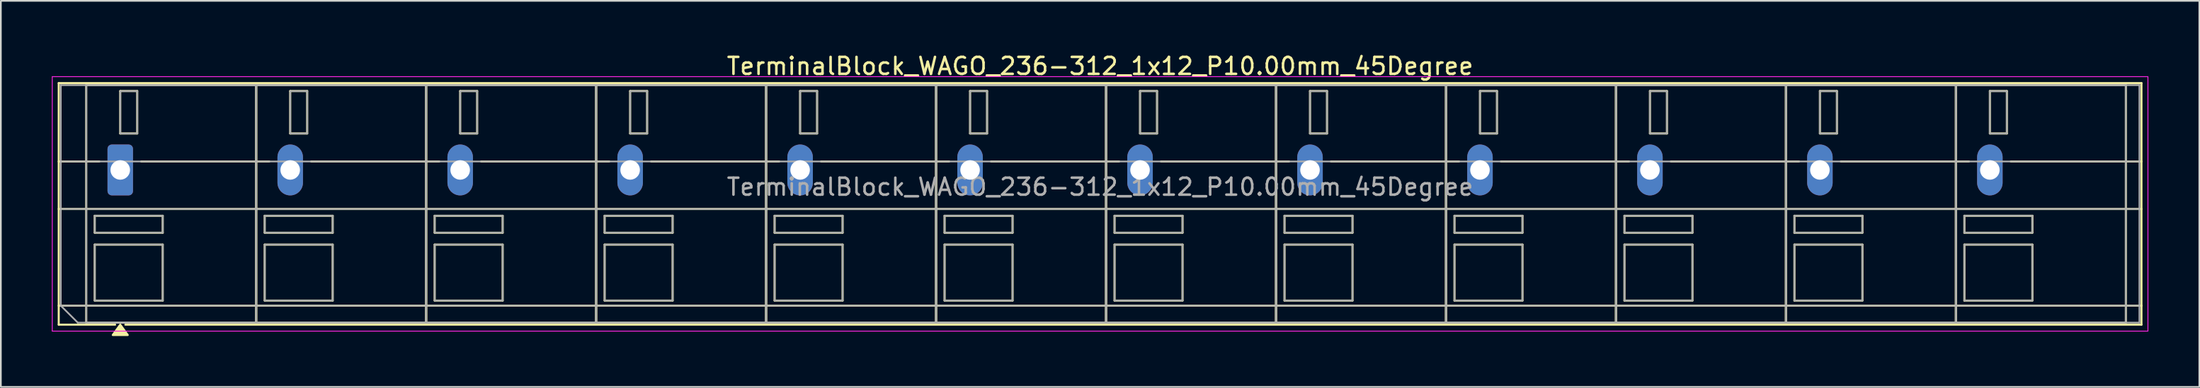
<source format=kicad_pcb>
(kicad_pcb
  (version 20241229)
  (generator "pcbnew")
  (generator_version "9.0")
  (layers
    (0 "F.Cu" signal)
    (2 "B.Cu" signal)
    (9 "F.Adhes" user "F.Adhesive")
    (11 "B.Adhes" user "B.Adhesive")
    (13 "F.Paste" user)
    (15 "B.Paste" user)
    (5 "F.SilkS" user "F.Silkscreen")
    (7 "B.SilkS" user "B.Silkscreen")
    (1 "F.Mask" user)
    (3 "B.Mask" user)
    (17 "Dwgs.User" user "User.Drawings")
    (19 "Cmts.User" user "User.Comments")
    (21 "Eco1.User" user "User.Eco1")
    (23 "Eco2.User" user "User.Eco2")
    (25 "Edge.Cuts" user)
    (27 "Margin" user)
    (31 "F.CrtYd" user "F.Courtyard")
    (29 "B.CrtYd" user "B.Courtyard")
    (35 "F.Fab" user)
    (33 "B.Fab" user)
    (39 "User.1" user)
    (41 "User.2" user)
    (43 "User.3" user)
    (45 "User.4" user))
  (footprint "TerminalBlock_WAGO_236-312_1x12_P10.00mm_45Degree"
    (layer "F.Cu")
    (at 4.025 6.968)
    (property "Reference" "TerminalBlock_WAGO_236-312_1x12_P10.00mm_45Degree" (at 57.65 -6.12 0) (layer "F.SilkS") (effects (font (size 1 1) (thickness 0.15))))
    (attr through_hole)
    (fp_line (start -3.62 -5.12) (end -3.62 9.12) (stroke (width 0.12) (type solid)) (layer "F.SilkS"))
    (fp_line (start -3.62 -5.12) (end 118.92 -5.12) (stroke (width 0.12) (type solid)) (layer "F.SilkS"))
    (fp_line (start -3.62 -0.5) (end -1.23 -0.5) (stroke (width 0.12) (type solid)) (layer "F.SilkS"))
    (fp_line (start -3.62 2.3) (end 118.92 2.3) (stroke (width 0.12) (type solid)) (layer "F.SilkS"))
    (fp_line (start -3.62 8) (end 118.92 8) (stroke (width 0.12) (type solid)) (layer "F.SilkS"))
    (fp_line (start -3.62 9.12) (end -0.3 9.12) (stroke (width 0.12) (type solid)) (layer "F.SilkS"))
    (fp_line (start -2 -5) (end -2 9) (stroke (width 0.12) (type solid)) (layer "F.SilkS"))
    (fp_line (start -2 -5) (end 8 -5) (stroke (width 0.12) (type solid)) (layer "F.SilkS"))
    (fp_line (start -2 9) (end 8 9) (stroke (width 0.12) (type solid)) (layer "F.SilkS"))
    (fp_line (start -1.5 2.7) (end -1.5 3.7) (stroke (width 0.12) (type solid)) (layer "F.SilkS"))
    (fp_line (start -1.5 2.7) (end 2.5 2.7) (stroke (width 0.12) (type solid)) (layer "F.SilkS"))
    (fp_line (start -1.5 3.7) (end 2.5 3.7) (stroke (width 0.12) (type solid)) (layer "F.SilkS"))
    (fp_line (start -1.5 4.4) (end -1.5 7.7) (stroke (width 0.12) (type solid)) (layer "F.SilkS"))
    (fp_line (start -1.5 4.4) (end 2.5 4.4) (stroke (width 0.12) (type solid)) (layer "F.SilkS"))
    (fp_line (start -1.5 7.7) (end 2.5 7.7) (stroke (width 0.12) (type solid)) (layer "F.SilkS"))
    (fp_line (start 0 -4.65) (end 0 -2.15) (stroke (width 0.12) (type solid)) (layer "F.SilkS"))
    (fp_line (start 0 -4.65) (end 1 -4.65) (stroke (width 0.12) (type solid)) (layer "F.SilkS"))
    (fp_line (start 0 -2.15) (end 1 -2.15) (stroke (width 0.12) (type solid)) (layer "F.SilkS"))
    (fp_line (start 0.3 9.12) (end 118.92 9.12) (stroke (width 0.12) (type solid)) (layer "F.SilkS"))
    (fp_line (start 1 -4.65) (end 1 -2.15) (stroke (width 0.12) (type solid)) (layer "F.SilkS"))
    (fp_line (start 1.23 -0.5) (end 8.77 -0.5) (stroke (width 0.12) (type solid)) (layer "F.SilkS"))
    (fp_line (start 2.5 2.7) (end 2.5 3.7) (stroke (width 0.12) (type solid)) (layer "F.SilkS"))
    (fp_line (start 2.5 4.4) (end 2.5 7.7) (stroke (width 0.12) (type solid)) (layer "F.SilkS"))
    (fp_line (start 8 -5) (end 8 9) (stroke (width 0.12) (type solid)) (layer "F.SilkS"))
    (fp_line (start 8 -5) (end 8 9) (stroke (width 0.12) (type solid)) (layer "F.SilkS"))
    (fp_line (start 8 -5) (end 18 -5) (stroke (width 0.12) (type solid)) (layer "F.SilkS"))
    (fp_line (start 8 9) (end 18 9) (stroke (width 0.12) (type solid)) (layer "F.SilkS"))
    (fp_line (start 8.5 2.7) (end 8.5 3.7) (stroke (width 0.12) (type solid)) (layer "F.SilkS"))
    (fp_line (start 8.5 2.7) (end 12.5 2.7) (stroke (width 0.12) (type solid)) (layer "F.SilkS"))
    (fp_line (start 8.5 3.7) (end 12.5 3.7) (stroke (width 0.12) (type solid)) (layer "F.SilkS"))
    (fp_line (start 8.5 4.4) (end 8.5 7.7) (stroke (width 0.12) (type solid)) (layer "F.SilkS"))
    (fp_line (start 8.5 4.4) (end 12.5 4.4) (stroke (width 0.12) (type solid)) (layer "F.SilkS"))
    (fp_line (start 8.5 7.7) (end 12.5 7.7) (stroke (width 0.12) (type solid)) (layer "F.SilkS"))
    (fp_line (start 10 -4.65) (end 10 -2.15) (stroke (width 0.12) (type solid)) (layer "F.SilkS"))
    (fp_line (start 10 -4.65) (end 11 -4.65) (stroke (width 0.12) (type solid)) (layer "F.SilkS"))
    (fp_line (start 10 -2.15) (end 11 -2.15) (stroke (width 0.12) (type solid)) (layer "F.SilkS"))
    (fp_line (start 11 -4.65) (end 11 -2.15) (stroke (width 0.12) (type solid)) (layer "F.SilkS"))
    (fp_line (start 11.23 -0.5) (end 18.77 -0.5) (stroke (width 0.12) (type solid)) (layer "F.SilkS"))
    (fp_line (start 12.5 2.7) (end 12.5 3.7) (stroke (width 0.12) (type solid)) (layer "F.SilkS"))
    (fp_line (start 12.5 4.4) (end 12.5 7.7) (stroke (width 0.12) (type solid)) (layer "F.SilkS"))
    (fp_line (start 18 -5) (end 18 9) (stroke (width 0.12) (type solid)) (layer "F.SilkS"))
    (fp_line (start 18 -5) (end 18 9) (stroke (width 0.12) (type solid)) (layer "F.SilkS"))
    (fp_line (start 18 -5) (end 28 -5) (stroke (width 0.12) (type solid)) (layer "F.SilkS"))
    (fp_line (start 18 9) (end 28 9) (stroke (width 0.12) (type solid)) (layer "F.SilkS"))
    (fp_line (start 18.5 2.7) (end 18.5 3.7) (stroke (width 0.12) (type solid)) (layer "F.SilkS"))
    (fp_line (start 18.5 2.7) (end 22.5 2.7) (stroke (width 0.12) (type solid)) (layer "F.SilkS"))
    (fp_line (start 18.5 3.7) (end 22.5 3.7) (stroke (width 0.12) (type solid)) (layer "F.SilkS"))
    (fp_line (start 18.5 4.4) (end 18.5 7.7) (stroke (width 0.12) (type solid)) (layer "F.SilkS"))
    (fp_line (start 18.5 4.4) (end 22.5 4.4) (stroke (width 0.12) (type solid)) (layer "F.SilkS"))
    (fp_line (start 18.5 7.7) (end 22.5 7.7) (stroke (width 0.12) (type solid)) (layer "F.SilkS"))
    (fp_line (start 20 -4.65) (end 20 -2.15) (stroke (width 0.12) (type solid)) (layer "F.SilkS"))
    (fp_line (start 20 -4.65) (end 21 -4.65) (stroke (width 0.12) (type solid)) (layer "F.SilkS"))
    (fp_line (start 20 -2.15) (end 21 -2.15) (stroke (width 0.12) (type solid)) (layer "F.SilkS"))
    (fp_line (start 21 -4.65) (end 21 -2.15) (stroke (width 0.12) (type solid)) (layer "F.SilkS"))
    (fp_line (start 21.23 -0.5) (end 28.77 -0.5) (stroke (width 0.12) (type solid)) (layer "F.SilkS"))
    (fp_line (start 22.5 2.7) (end 22.5 3.7) (stroke (width 0.12) (type solid)) (layer "F.SilkS"))
    (fp_line (start 22.5 4.4) (end 22.5 7.7) (stroke (width 0.12) (type solid)) (layer "F.SilkS"))
    (fp_line (start 28 -5) (end 28 9) (stroke (width 0.12) (type solid)) (layer "F.SilkS"))
    (fp_line (start 28 -5) (end 28 9) (stroke (width 0.12) (type solid)) (layer "F.SilkS"))
    (fp_line (start 28 -5) (end 38 -5) (stroke (width 0.12) (type solid)) (layer "F.SilkS"))
    (fp_line (start 28 9) (end 38 9) (stroke (width 0.12) (type solid)) (layer "F.SilkS"))
    (fp_line (start 28.5 2.7) (end 28.5 3.7) (stroke (width 0.12) (type solid)) (layer "F.SilkS"))
    (fp_line (start 28.5 2.7) (end 32.5 2.7) (stroke (width 0.12) (type solid)) (layer "F.SilkS"))
    (fp_line (start 28.5 3.7) (end 32.5 3.7) (stroke (width 0.12) (type solid)) (layer "F.SilkS"))
    (fp_line (start 28.5 4.4) (end 28.5 7.7) (stroke (width 0.12) (type solid)) (layer "F.SilkS"))
    (fp_line (start 28.5 4.4) (end 32.5 4.4) (stroke (width 0.12) (type solid)) (layer "F.SilkS"))
    (fp_line (start 28.5 7.7) (end 32.5 7.7) (stroke (width 0.12) (type solid)) (layer "F.SilkS"))
    (fp_line (start 30 -4.65) (end 30 -2.15) (stroke (width 0.12) (type solid)) (layer "F.SilkS"))
    (fp_line (start 30 -4.65) (end 31 -4.65) (stroke (width 0.12) (type solid)) (layer "F.SilkS"))
    (fp_line (start 30 -2.15) (end 31 -2.15) (stroke (width 0.12) (type solid)) (layer "F.SilkS"))
    (fp_line (start 31 -4.65) (end 31 -2.15) (stroke (width 0.12) (type solid)) (layer "F.SilkS"))
    (fp_line (start 31.23 -0.5) (end 38.77 -0.5) (stroke (width 0.12) (type solid)) (layer "F.SilkS"))
    (fp_line (start 32.5 2.7) (end 32.5 3.7) (stroke (width 0.12) (type solid)) (layer "F.SilkS"))
    (fp_line (start 32.5 4.4) (end 32.5 7.7) (stroke (width 0.12) (type solid)) (layer "F.SilkS"))
    (fp_line (start 38 -5) (end 38 9) (stroke (width 0.12) (type solid)) (layer "F.SilkS"))
    (fp_line (start 38 -5) (end 38 9) (stroke (width 0.12) (type solid)) (layer "F.SilkS"))
    (fp_line (start 38 -5) (end 48 -5) (stroke (width 0.12) (type solid)) (layer "F.SilkS"))
    (fp_line (start 38 9) (end 48 9) (stroke (width 0.12) (type solid)) (layer "F.SilkS"))
    (fp_line (start 38.5 2.7) (end 38.5 3.7) (stroke (width 0.12) (type solid)) (layer "F.SilkS"))
    (fp_line (start 38.5 2.7) (end 42.5 2.7) (stroke (width 0.12) (type solid)) (layer "F.SilkS"))
    (fp_line (start 38.5 3.7) (end 42.5 3.7) (stroke (width 0.12) (type solid)) (layer "F.SilkS"))
    (fp_line (start 38.5 4.4) (end 38.5 7.7) (stroke (width 0.12) (type solid)) (layer "F.SilkS"))
    (fp_line (start 38.5 4.4) (end 42.5 4.4) (stroke (width 0.12) (type solid)) (layer "F.SilkS"))
    (fp_line (start 38.5 7.7) (end 42.5 7.7) (stroke (width 0.12) (type solid)) (layer "F.SilkS"))
    (fp_line (start 40 -4.65) (end 40 -2.15) (stroke (width 0.12) (type solid)) (layer "F.SilkS"))
    (fp_line (start 40 -4.65) (end 41 -4.65) (stroke (width 0.12) (type solid)) (layer "F.SilkS"))
    (fp_line (start 40 -2.15) (end 41 -2.15) (stroke (width 0.12) (type solid)) (layer "F.SilkS"))
    (fp_line (start 41 -4.65) (end 41 -2.15) (stroke (width 0.12) (type solid)) (layer "F.SilkS"))
    (fp_line (start 41.23 -0.5) (end 48.77 -0.5) (stroke (width 0.12) (type solid)) (layer "F.SilkS"))
    (fp_line (start 42.5 2.7) (end 42.5 3.7) (stroke (width 0.12) (type solid)) (layer "F.SilkS"))
    (fp_line (start 42.5 4.4) (end 42.5 7.7) (stroke (width 0.12) (type solid)) (layer "F.SilkS"))
    (fp_line (start 48 -5) (end 48 9) (stroke (width 0.12) (type solid)) (layer "F.SilkS"))
    (fp_line (start 48 -5) (end 48 9) (stroke (width 0.12) (type solid)) (layer "F.SilkS"))
    (fp_line (start 48 -5) (end 58 -5) (stroke (width 0.12) (type solid)) (layer "F.SilkS"))
    (fp_line (start 48 9) (end 58 9) (stroke (width 0.12) (type solid)) (layer "F.SilkS"))
    (fp_line (start 48.5 2.7) (end 48.5 3.7) (stroke (width 0.12) (type solid)) (layer "F.SilkS"))
    (fp_line (start 48.5 2.7) (end 52.5 2.7) (stroke (width 0.12) (type solid)) (layer "F.SilkS"))
    (fp_line (start 48.5 3.7) (end 52.5 3.7) (stroke (width 0.12) (type solid)) (layer "F.SilkS"))
    (fp_line (start 48.5 4.4) (end 48.5 7.7) (stroke (width 0.12) (type solid)) (layer "F.SilkS"))
    (fp_line (start 48.5 4.4) (end 52.5 4.4) (stroke (width 0.12) (type solid)) (layer "F.SilkS"))
    (fp_line (start 48.5 7.7) (end 52.5 7.7) (stroke (width 0.12) (type solid)) (layer "F.SilkS"))
    (fp_line (start 50 -4.65) (end 50 -2.15) (stroke (width 0.12) (type solid)) (layer "F.SilkS"))
    (fp_line (start 50 -4.65) (end 51 -4.65) (stroke (width 0.12) (type solid)) (layer "F.SilkS"))
    (fp_line (start 50 -2.15) (end 51 -2.15) (stroke (width 0.12) (type solid)) (layer "F.SilkS"))
    (fp_line (start 51 -4.65) (end 51 -2.15) (stroke (width 0.12) (type solid)) (layer "F.SilkS"))
    (fp_line (start 51.23 -0.5) (end 58.77 -0.5) (stroke (width 0.12) (type solid)) (layer "F.SilkS"))
    (fp_line (start 52.5 2.7) (end 52.5 3.7) (stroke (width 0.12) (type solid)) (layer "F.SilkS"))
    (fp_line (start 52.5 4.4) (end 52.5 7.7) (stroke (width 0.12) (type solid)) (layer "F.SilkS"))
    (fp_line (start 58 -5) (end 58 9) (stroke (width 0.12) (type solid)) (layer "F.SilkS"))
    (fp_line (start 58 -5) (end 58 9) (stroke (width 0.12) (type solid)) (layer "F.SilkS"))
    (fp_line (start 58 -5) (end 68 -5) (stroke (width 0.12) (type solid)) (layer "F.SilkS"))
    (fp_line (start 58 9) (end 68 9) (stroke (width 0.12) (type solid)) (layer "F.SilkS"))
    (fp_line (start 58.5 2.7) (end 58.5 3.7) (stroke (width 0.12) (type solid)) (layer "F.SilkS"))
    (fp_line (start 58.5 2.7) (end 62.5 2.7) (stroke (width 0.12) (type solid)) (layer "F.SilkS"))
    (fp_line (start 58.5 3.7) (end 62.5 3.7) (stroke (width 0.12) (type solid)) (layer "F.SilkS"))
    (fp_line (start 58.5 4.4) (end 58.5 7.7) (stroke (width 0.12) (type solid)) (layer "F.SilkS"))
    (fp_line (start 58.5 4.4) (end 62.5 4.4) (stroke (width 0.12) (type solid)) (layer "F.SilkS"))
    (fp_line (start 58.5 7.7) (end 62.5 7.7) (stroke (width 0.12) (type solid)) (layer "F.SilkS"))
    (fp_line (start 60 -4.65) (end 60 -2.15) (stroke (width 0.12) (type solid)) (layer "F.SilkS"))
    (fp_line (start 60 -4.65) (end 61 -4.65) (stroke (width 0.12) (type solid)) (layer "F.SilkS"))
    (fp_line (start 60 -2.15) (end 61 -2.15) (stroke (width 0.12) (type solid)) (layer "F.SilkS"))
    (fp_line (start 61 -4.65) (end 61 -2.15) (stroke (width 0.12) (type solid)) (layer "F.SilkS"))
    (fp_line (start 61.23 -0.5) (end 68.77 -0.5) (stroke (width 0.12) (type solid)) (layer "F.SilkS"))
    (fp_line (start 62.5 2.7) (end 62.5 3.7) (stroke (width 0.12) (type solid)) (layer "F.SilkS"))
    (fp_line (start 62.5 4.4) (end 62.5 7.7) (stroke (width 0.12) (type solid)) (layer "F.SilkS"))
    (fp_line (start 68 -5) (end 68 9) (stroke (width 0.12) (type solid)) (layer "F.SilkS"))
    (fp_line (start 68 -5) (end 68 9) (stroke (width 0.12) (type solid)) (layer "F.SilkS"))
    (fp_line (start 68 -5) (end 78 -5) (stroke (width 0.12) (type solid)) (layer "F.SilkS"))
    (fp_line (start 68 9) (end 78 9) (stroke (width 0.12) (type solid)) (layer "F.SilkS"))
    (fp_line (start 68.5 2.7) (end 68.5 3.7) (stroke (width 0.12) (type solid)) (layer "F.SilkS"))
    (fp_line (start 68.5 2.7) (end 72.5 2.7) (stroke (width 0.12) (type solid)) (layer "F.SilkS"))
    (fp_line (start 68.5 3.7) (end 72.5 3.7) (stroke (width 0.12) (type solid)) (layer "F.SilkS"))
    (fp_line (start 68.5 4.4) (end 68.5 7.7) (stroke (width 0.12) (type solid)) (layer "F.SilkS"))
    (fp_line (start 68.5 4.4) (end 72.5 4.4) (stroke (width 0.12) (type solid)) (layer "F.SilkS"))
    (fp_line (start 68.5 7.7) (end 72.5 7.7) (stroke (width 0.12) (type solid)) (layer "F.SilkS"))
    (fp_line (start 70 -4.65) (end 70 -2.15) (stroke (width 0.12) (type solid)) (layer "F.SilkS"))
    (fp_line (start 70 -4.65) (end 71 -4.65) (stroke (width 0.12) (type solid)) (layer "F.SilkS"))
    (fp_line (start 70 -2.15) (end 71 -2.15) (stroke (width 0.12) (type solid)) (layer "F.SilkS"))
    (fp_line (start 71 -4.65) (end 71 -2.15) (stroke (width 0.12) (type solid)) (layer "F.SilkS"))
    (fp_line (start 71.23 -0.5) (end 78.77 -0.5) (stroke (width 0.12) (type solid)) (layer "F.SilkS"))
    (fp_line (start 72.5 2.7) (end 72.5 3.7) (stroke (width 0.12) (type solid)) (layer "F.SilkS"))
    (fp_line (start 72.5 4.4) (end 72.5 7.7) (stroke (width 0.12) (type solid)) (layer "F.SilkS"))
    (fp_line (start 78 -5) (end 78 9) (stroke (width 0.12) (type solid)) (layer "F.SilkS"))
    (fp_line (start 78 -5) (end 78 9) (stroke (width 0.12) (type solid)) (layer "F.SilkS"))
    (fp_line (start 78 -5) (end 88 -5) (stroke (width 0.12) (type solid)) (layer "F.SilkS"))
    (fp_line (start 78 9) (end 88 9) (stroke (width 0.12) (type solid)) (layer "F.SilkS"))
    (fp_line (start 78.5 2.7) (end 78.5 3.7) (stroke (width 0.12) (type solid)) (layer "F.SilkS"))
    (fp_line (start 78.5 2.7) (end 82.5 2.7) (stroke (width 0.12) (type solid)) (layer "F.SilkS"))
    (fp_line (start 78.5 3.7) (end 82.5 3.7) (stroke (width 0.12) (type solid)) (layer "F.SilkS"))
    (fp_line (start 78.5 4.4) (end 78.5 7.7) (stroke (width 0.12) (type solid)) (layer "F.SilkS"))
    (fp_line (start 78.5 4.4) (end 82.5 4.4) (stroke (width 0.12) (type solid)) (layer "F.SilkS"))
    (fp_line (start 78.5 7.7) (end 82.5 7.7) (stroke (width 0.12) (type solid)) (layer "F.SilkS"))
    (fp_line (start 80 -4.65) (end 80 -2.15) (stroke (width 0.12) (type solid)) (layer "F.SilkS"))
    (fp_line (start 80 -4.65) (end 81 -4.65) (stroke (width 0.12) (type solid)) (layer "F.SilkS"))
    (fp_line (start 80 -2.15) (end 81 -2.15) (stroke (width 0.12) (type solid)) (layer "F.SilkS"))
    (fp_line (start 81 -4.65) (end 81 -2.15) (stroke (width 0.12) (type solid)) (layer "F.SilkS"))
    (fp_line (start 81.23 -0.5) (end 88.77 -0.5) (stroke (width 0.12) (type solid)) (layer "F.SilkS"))
    (fp_line (start 82.5 2.7) (end 82.5 3.7) (stroke (width 0.12) (type solid)) (layer "F.SilkS"))
    (fp_line (start 82.5 4.4) (end 82.5 7.7) (stroke (width 0.12) (type solid)) (layer "F.SilkS"))
    (fp_line (start 88 -5) (end 88 9) (stroke (width 0.12) (type solid)) (layer "F.SilkS"))
    (fp_line (start 88 -5) (end 88 9) (stroke (width 0.12) (type solid)) (layer "F.SilkS"))
    (fp_line (start 88 -5) (end 98 -5) (stroke (width 0.12) (type solid)) (layer "F.SilkS"))
    (fp_line (start 88 9) (end 98 9) (stroke (width 0.12) (type solid)) (layer "F.SilkS"))
    (fp_line (start 88.5 2.7) (end 88.5 3.7) (stroke (width 0.12) (type solid)) (layer "F.SilkS"))
    (fp_line (start 88.5 2.7) (end 92.5 2.7) (stroke (width 0.12) (type solid)) (layer "F.SilkS"))
    (fp_line (start 88.5 3.7) (end 92.5 3.7) (stroke (width 0.12) (type solid)) (layer "F.SilkS"))
    (fp_line (start 88.5 4.4) (end 88.5 7.7) (stroke (width 0.12) (type solid)) (layer "F.SilkS"))
    (fp_line (start 88.5 4.4) (end 92.5 4.4) (stroke (width 0.12) (type solid)) (layer "F.SilkS"))
    (fp_line (start 88.5 7.7) (end 92.5 7.7) (stroke (width 0.12) (type solid)) (layer "F.SilkS"))
    (fp_line (start 90 -4.65) (end 90 -2.15) (stroke (width 0.12) (type solid)) (layer "F.SilkS"))
    (fp_line (start 90 -4.65) (end 91 -4.65) (stroke (width 0.12) (type solid)) (layer "F.SilkS"))
    (fp_line (start 90 -2.15) (end 91 -2.15) (stroke (width 0.12) (type solid)) (layer "F.SilkS"))
    (fp_line (start 91 -4.65) (end 91 -2.15) (stroke (width 0.12) (type solid)) (layer "F.SilkS"))
    (fp_line (start 91.23 -0.5) (end 98.77 -0.5) (stroke (width 0.12) (type solid)) (layer "F.SilkS"))
    (fp_line (start 92.5 2.7) (end 92.5 3.7) (stroke (width 0.12) (type solid)) (layer "F.SilkS"))
    (fp_line (start 92.5 4.4) (end 92.5 7.7) (stroke (width 0.12) (type solid)) (layer "F.SilkS"))
    (fp_line (start 98 -5) (end 98 9) (stroke (width 0.12) (type solid)) (layer "F.SilkS"))
    (fp_line (start 98 -5) (end 98 9) (stroke (width 0.12) (type solid)) (layer "F.SilkS"))
    (fp_line (start 98 -5) (end 108 -5) (stroke (width 0.12) (type solid)) (layer "F.SilkS"))
    (fp_line (start 98 9) (end 108 9) (stroke (width 0.12) (type solid)) (layer "F.SilkS"))
    (fp_line (start 98.5 2.7) (end 98.5 3.7) (stroke (width 0.12) (type solid)) (layer "F.SilkS"))
    (fp_line (start 98.5 2.7) (end 102.5 2.7) (stroke (width 0.12) (type solid)) (layer "F.SilkS"))
    (fp_line (start 98.5 3.7) (end 102.5 3.7) (stroke (width 0.12) (type solid)) (layer "F.SilkS"))
    (fp_line (start 98.5 4.4) (end 98.5 7.7) (stroke (width 0.12) (type solid)) (layer "F.SilkS"))
    (fp_line (start 98.5 4.4) (end 102.5 4.4) (stroke (width 0.12) (type solid)) (layer "F.SilkS"))
    (fp_line (start 98.5 7.7) (end 102.5 7.7) (stroke (width 0.12) (type solid)) (layer "F.SilkS"))
    (fp_line (start 100 -4.65) (end 100 -2.15) (stroke (width 0.12) (type solid)) (layer "F.SilkS"))
    (fp_line (start 100 -4.65) (end 101 -4.65) (stroke (width 0.12) (type solid)) (layer "F.SilkS"))
    (fp_line (start 100 -2.15) (end 101 -2.15) (stroke (width 0.12) (type solid)) (layer "F.SilkS"))
    (fp_line (start 101 -4.65) (end 101 -2.15) (stroke (width 0.12) (type solid)) (layer "F.SilkS"))
    (fp_line (start 101.23 -0.5) (end 108.77 -0.5) (stroke (width 0.12) (type solid)) (layer "F.SilkS"))
    (fp_line (start 102.5 2.7) (end 102.5 3.7) (stroke (width 0.12) (type solid)) (layer "F.SilkS"))
    (fp_line (start 102.5 4.4) (end 102.5 7.7) (stroke (width 0.12) (type solid)) (layer "F.SilkS"))
    (fp_line (start 108 -5) (end 108 9) (stroke (width 0.12) (type solid)) (layer "F.SilkS"))
    (fp_line (start 108 -5) (end 108 9) (stroke (width 0.12) (type solid)) (layer "F.SilkS"))
    (fp_line (start 108 -5) (end 118 -5) (stroke (width 0.12) (type solid)) (layer "F.SilkS"))
    (fp_line (start 108 9) (end 118 9) (stroke (width 0.12) (type solid)) (layer "F.SilkS"))
    (fp_line (start 108.5 2.7) (end 108.5 3.7) (stroke (width 0.12) (type solid)) (layer "F.SilkS"))
    (fp_line (start 108.5 2.7) (end 112.5 2.7) (stroke (width 0.12) (type solid)) (layer "F.SilkS"))
    (fp_line (start 108.5 3.7) (end 112.5 3.7) (stroke (width 0.12) (type solid)) (layer "F.SilkS"))
    (fp_line (start 108.5 4.4) (end 108.5 7.7) (stroke (width 0.12) (type solid)) (layer "F.SilkS"))
    (fp_line (start 108.5 4.4) (end 112.5 4.4) (stroke (width 0.12) (type solid)) (layer "F.SilkS"))
    (fp_line (start 108.5 7.7) (end 112.5 7.7) (stroke (width 0.12) (type solid)) (layer "F.SilkS"))
    (fp_line (start 110 -4.65) (end 110 -2.15) (stroke (width 0.12) (type solid)) (layer "F.SilkS"))
    (fp_line (start 110 -4.65) (end 111 -4.65) (stroke (width 0.12) (type solid)) (layer "F.SilkS"))
    (fp_line (start 110 -2.15) (end 111 -2.15) (stroke (width 0.12) (type solid)) (layer "F.SilkS"))
    (fp_line (start 111 -4.65) (end 111 -2.15) (stroke (width 0.12) (type solid)) (layer "F.SilkS"))
    (fp_line (start 111.23 -0.5) (end 118.92 -0.5) (stroke (width 0.12) (type solid)) (layer "F.SilkS"))
    (fp_line (start 112.5 2.7) (end 112.5 3.7) (stroke (width 0.12) (type solid)) (layer "F.SilkS"))
    (fp_line (start 112.5 4.4) (end 112.5 7.7) (stroke (width 0.12) (type solid)) (layer "F.SilkS"))
    (fp_line (start 118 -5) (end 118 9) (stroke (width 0.12) (type solid)) (layer "F.SilkS"))
    (fp_line (start 118.92 -5.12) (end 118.92 9.12) (stroke (width 0.12) (type solid)) (layer "F.SilkS"))
    (fp_poly (pts (xy 0 9.12) (xy 0.44 9.73) (xy -0.44 9.73)) (stroke (width 0.12) (type solid)) (fill yes) (layer "F.SilkS"))
    (fp_line (start -4 -5.5) (end -4 9.5) (stroke (width 0.05) (type solid)) (layer "F.CrtYd"))
    (fp_line (start -4 9.5) (end 119.3 9.5) (stroke (width 0.05) (type solid)) (layer "F.CrtYd"))
    (fp_line (start 119.3 -5.5) (end -4 -5.5) (stroke (width 0.05) (type solid)) (layer "F.CrtYd"))
    (fp_line (start 119.3 9.5) (end 119.3 -5.5) (stroke (width 0.05) (type solid)) (layer "F.CrtYd"))
    (fp_line (start -3.5 -5) (end 118.8 -5) (stroke (width 0.1) (type solid)) (layer "F.Fab"))
    (fp_line (start -3.5 -0.5) (end 118.8 -0.5) (stroke (width 0.1) (type solid)) (layer "F.Fab"))
    (fp_line (start -3.5 2.3) (end 118.8 2.3) (stroke (width 0.1) (type solid)) (layer "F.Fab"))
    (fp_line (start -3.5 8) (end -3.5 -5) (stroke (width 0.1) (type solid)) (layer "F.Fab"))
    (fp_line (start -3.5 8) (end 118.8 8) (stroke (width 0.1) (type solid)) (layer "F.Fab"))
    (fp_line (start -2.5 9) (end -3.5 8) (stroke (width 0.1) (type solid)) (layer "F.Fab"))
    (fp_line (start -2 -5) (end -2 9) (stroke (width 0.1) (type solid)) (layer "F.Fab"))
    (fp_line (start -2 9) (end 8 9) (stroke (width 0.1) (type solid)) (layer "F.Fab"))
    (fp_line (start -1.5 2.7) (end -1.5 3.7) (stroke (width 0.1) (type solid)) (layer "F.Fab"))
    (fp_line (start -1.5 3.7) (end 2.5 3.7) (stroke (width 0.1) (type solid)) (layer "F.Fab"))
    (fp_line (start -1.5 4.4) (end -1.5 7.7) (stroke (width 0.1) (type solid)) (layer "F.Fab"))
    (fp_line (start -1.5 7.7) (end 2.5 7.7) (stroke (width 0.1) (type solid)) (layer "F.Fab"))
    (fp_line (start 0 -4.65) (end 0 -2.15) (stroke (width 0.1) (type solid)) (layer "F.Fab"))
    (fp_line (start 0 -2.15) (end 1 -2.15) (stroke (width 0.1) (type solid)) (layer "F.Fab"))
    (fp_line (start 1 -4.65) (end 0 -4.65) (stroke (width 0.1) (type solid)) (layer "F.Fab"))
    (fp_line (start 1 -2.15) (end 1 -4.65) (stroke (width 0.1) (type solid)) (layer "F.Fab"))
    (fp_line (start 2.5 2.7) (end -1.5 2.7) (stroke (width 0.1) (type solid)) (layer "F.Fab"))
    (fp_line (start 2.5 3.7) (end 2.5 2.7) (stroke (width 0.1) (type solid)) (layer "F.Fab"))
    (fp_line (start 2.5 4.4) (end -1.5 4.4) (stroke (width 0.1) (type solid)) (layer "F.Fab"))
    (fp_line (start 2.5 7.7) (end 2.5 4.4) (stroke (width 0.1) (type solid)) (layer "F.Fab"))
    (fp_line (start 8 -5) (end -2 -5) (stroke (width 0.1) (type solid)) (layer "F.Fab"))
    (fp_line (start 8 -5) (end 8 9) (stroke (width 0.1) (type solid)) (layer "F.Fab"))
    (fp_line (start 8 9) (end 8 -5) (stroke (width 0.1) (type solid)) (layer "F.Fab"))
    (fp_line (start 8 9) (end 18 9) (stroke (width 0.1) (type solid)) (layer "F.Fab"))
    (fp_line (start 8.5 2.7) (end 8.5 3.7) (stroke (width 0.1) (type solid)) (layer "F.Fab"))
    (fp_line (start 8.5 3.7) (end 12.5 3.7) (stroke (width 0.1) (type solid)) (layer "F.Fab"))
    (fp_line (start 8.5 4.4) (end 8.5 7.7) (stroke (width 0.1) (type solid)) (layer "F.Fab"))
    (fp_line (start 8.5 7.7) (end 12.5 7.7) (stroke (width 0.1) (type solid)) (layer "F.Fab"))
    (fp_line (start 10 -4.65) (end 10 -2.15) (stroke (width 0.1) (type solid)) (layer "F.Fab"))
    (fp_line (start 10 -2.15) (end 11 -2.15) (stroke (width 0.1) (type solid)) (layer "F.Fab"))
    (fp_line (start 11 -4.65) (end 10 -4.65) (stroke (width 0.1) (type solid)) (layer "F.Fab"))
    (fp_line (start 11 -2.15) (end 11 -4.65) (stroke (width 0.1) (type solid)) (layer "F.Fab"))
    (fp_line (start 12.5 2.7) (end 8.5 2.7) (stroke (width 0.1) (type solid)) (layer "F.Fab"))
    (fp_line (start 12.5 3.7) (end 12.5 2.7) (stroke (width 0.1) (type solid)) (layer "F.Fab"))
    (fp_line (start 12.5 4.4) (end 8.5 4.4) (stroke (width 0.1) (type solid)) (layer "F.Fab"))
    (fp_line (start 12.5 7.7) (end 12.5 4.4) (stroke (width 0.1) (type solid)) (layer "F.Fab"))
    (fp_line (start 18 -5) (end 8 -5) (stroke (width 0.1) (type solid)) (layer "F.Fab"))
    (fp_line (start 18 -5) (end 18 9) (stroke (width 0.1) (type solid)) (layer "F.Fab"))
    (fp_line (start 18 9) (end 18 -5) (stroke (width 0.1) (type solid)) (layer "F.Fab"))
    (fp_line (start 18 9) (end 28 9) (stroke (width 0.1) (type solid)) (layer "F.Fab"))
    (fp_line (start 18.5 2.7) (end 18.5 3.7) (stroke (width 0.1) (type solid)) (layer "F.Fab"))
    (fp_line (start 18.5 3.7) (end 22.5 3.7) (stroke (width 0.1) (type solid)) (layer "F.Fab"))
    (fp_line (start 18.5 4.4) (end 18.5 7.7) (stroke (width 0.1) (type solid)) (layer "F.Fab"))
    (fp_line (start 18.5 7.7) (end 22.5 7.7) (stroke (width 0.1) (type solid)) (layer "F.Fab"))
    (fp_line (start 20 -4.65) (end 20 -2.15) (stroke (width 0.1) (type solid)) (layer "F.Fab"))
    (fp_line (start 20 -2.15) (end 21 -2.15) (stroke (width 0.1) (type solid)) (layer "F.Fab"))
    (fp_line (start 21 -4.65) (end 20 -4.65) (stroke (width 0.1) (type solid)) (layer "F.Fab"))
    (fp_line (start 21 -2.15) (end 21 -4.65) (stroke (width 0.1) (type solid)) (layer "F.Fab"))
    (fp_line (start 22.5 2.7) (end 18.5 2.7) (stroke (width 0.1) (type solid)) (layer "F.Fab"))
    (fp_line (start 22.5 3.7) (end 22.5 2.7) (stroke (width 0.1) (type solid)) (layer "F.Fab"))
    (fp_line (start 22.5 4.4) (end 18.5 4.4) (stroke (width 0.1) (type solid)) (layer "F.Fab"))
    (fp_line (start 22.5 7.7) (end 22.5 4.4) (stroke (width 0.1) (type solid)) (layer "F.Fab"))
    (fp_line (start 28 -5) (end 18 -5) (stroke (width 0.1) (type solid)) (layer "F.Fab"))
    (fp_line (start 28 -5) (end 28 9) (stroke (width 0.1) (type solid)) (layer "F.Fab"))
    (fp_line (start 28 9) (end 28 -5) (stroke (width 0.1) (type solid)) (layer "F.Fab"))
    (fp_line (start 28 9) (end 38 9) (stroke (width 0.1) (type solid)) (layer "F.Fab"))
    (fp_line (start 28.5 2.7) (end 28.5 3.7) (stroke (width 0.1) (type solid)) (layer "F.Fab"))
    (fp_line (start 28.5 3.7) (end 32.5 3.7) (stroke (width 0.1) (type solid)) (layer "F.Fab"))
    (fp_line (start 28.5 4.4) (end 28.5 7.7) (stroke (width 0.1) (type solid)) (layer "F.Fab"))
    (fp_line (start 28.5 7.7) (end 32.5 7.7) (stroke (width 0.1) (type solid)) (layer "F.Fab"))
    (fp_line (start 30 -4.65) (end 30 -2.15) (stroke (width 0.1) (type solid)) (layer "F.Fab"))
    (fp_line (start 30 -2.15) (end 31 -2.15) (stroke (width 0.1) (type solid)) (layer "F.Fab"))
    (fp_line (start 31 -4.65) (end 30 -4.65) (stroke (width 0.1) (type solid)) (layer "F.Fab"))
    (fp_line (start 31 -2.15) (end 31 -4.65) (stroke (width 0.1) (type solid)) (layer "F.Fab"))
    (fp_line (start 32.5 2.7) (end 28.5 2.7) (stroke (width 0.1) (type solid)) (layer "F.Fab"))
    (fp_line (start 32.5 3.7) (end 32.5 2.7) (stroke (width 0.1) (type solid)) (layer "F.Fab"))
    (fp_line (start 32.5 4.4) (end 28.5 4.4) (stroke (width 0.1) (type solid)) (layer "F.Fab"))
    (fp_line (start 32.5 7.7) (end 32.5 4.4) (stroke (width 0.1) (type solid)) (layer "F.Fab"))
    (fp_line (start 38 -5) (end 28 -5) (stroke (width 0.1) (type solid)) (layer "F.Fab"))
    (fp_line (start 38 -5) (end 38 9) (stroke (width 0.1) (type solid)) (layer "F.Fab"))
    (fp_line (start 38 9) (end 38 -5) (stroke (width 0.1) (type solid)) (layer "F.Fab"))
    (fp_line (start 38 9) (end 48 9) (stroke (width 0.1) (type solid)) (layer "F.Fab"))
    (fp_line (start 38.5 2.7) (end 38.5 3.7) (stroke (width 0.1) (type solid)) (layer "F.Fab"))
    (fp_line (start 38.5 3.7) (end 42.5 3.7) (stroke (width 0.1) (type solid)) (layer "F.Fab"))
    (fp_line (start 38.5 4.4) (end 38.5 7.7) (stroke (width 0.1) (type solid)) (layer "F.Fab"))
    (fp_line (start 38.5 7.7) (end 42.5 7.7) (stroke (width 0.1) (type solid)) (layer "F.Fab"))
    (fp_line (start 40 -4.65) (end 40 -2.15) (stroke (width 0.1) (type solid)) (layer "F.Fab"))
    (fp_line (start 40 -2.15) (end 41 -2.15) (stroke (width 0.1) (type solid)) (layer "F.Fab"))
    (fp_line (start 41 -4.65) (end 40 -4.65) (stroke (width 0.1) (type solid)) (layer "F.Fab"))
    (fp_line (start 41 -2.15) (end 41 -4.65) (stroke (width 0.1) (type solid)) (layer "F.Fab"))
    (fp_line (start 42.5 2.7) (end 38.5 2.7) (stroke (width 0.1) (type solid)) (layer "F.Fab"))
    (fp_line (start 42.5 3.7) (end 42.5 2.7) (stroke (width 0.1) (type solid)) (layer "F.Fab"))
    (fp_line (start 42.5 4.4) (end 38.5 4.4) (stroke (width 0.1) (type solid)) (layer "F.Fab"))
    (fp_line (start 42.5 7.7) (end 42.5 4.4) (stroke (width 0.1) (type solid)) (layer "F.Fab"))
    (fp_line (start 48 -5) (end 38 -5) (stroke (width 0.1) (type solid)) (layer "F.Fab"))
    (fp_line (start 48 -5) (end 48 9) (stroke (width 0.1) (type solid)) (layer "F.Fab"))
    (fp_line (start 48 9) (end 48 -5) (stroke (width 0.1) (type solid)) (layer "F.Fab"))
    (fp_line (start 48 9) (end 58 9) (stroke (width 0.1) (type solid)) (layer "F.Fab"))
    (fp_line (start 48.5 2.7) (end 48.5 3.7) (stroke (width 0.1) (type solid)) (layer "F.Fab"))
    (fp_line (start 48.5 3.7) (end 52.5 3.7) (stroke (width 0.1) (type solid)) (layer "F.Fab"))
    (fp_line (start 48.5 4.4) (end 48.5 7.7) (stroke (width 0.1) (type solid)) (layer "F.Fab"))
    (fp_line (start 48.5 7.7) (end 52.5 7.7) (stroke (width 0.1) (type solid)) (layer "F.Fab"))
    (fp_line (start 50 -4.65) (end 50 -2.15) (stroke (width 0.1) (type solid)) (layer "F.Fab"))
    (fp_line (start 50 -2.15) (end 51 -2.15) (stroke (width 0.1) (type solid)) (layer "F.Fab"))
    (fp_line (start 51 -4.65) (end 50 -4.65) (stroke (width 0.1) (type solid)) (layer "F.Fab"))
    (fp_line (start 51 -2.15) (end 51 -4.65) (stroke (width 0.1) (type solid)) (layer "F.Fab"))
    (fp_line (start 52.5 2.7) (end 48.5 2.7) (stroke (width 0.1) (type solid)) (layer "F.Fab"))
    (fp_line (start 52.5 3.7) (end 52.5 2.7) (stroke (width 0.1) (type solid)) (layer "F.Fab"))
    (fp_line (start 52.5 4.4) (end 48.5 4.4) (stroke (width 0.1) (type solid)) (layer "F.Fab"))
    (fp_line (start 52.5 7.7) (end 52.5 4.4) (stroke (width 0.1) (type solid)) (layer "F.Fab"))
    (fp_line (start 58 -5) (end 48 -5) (stroke (width 0.1) (type solid)) (layer "F.Fab"))
    (fp_line (start 58 -5) (end 58 9) (stroke (width 0.1) (type solid)) (layer "F.Fab"))
    (fp_line (start 58 9) (end 58 -5) (stroke (width 0.1) (type solid)) (layer "F.Fab"))
    (fp_line (start 58 9) (end 68 9) (stroke (width 0.1) (type solid)) (layer "F.Fab"))
    (fp_line (start 58.5 2.7) (end 58.5 3.7) (stroke (width 0.1) (type solid)) (layer "F.Fab"))
    (fp_line (start 58.5 3.7) (end 62.5 3.7) (stroke (width 0.1) (type solid)) (layer "F.Fab"))
    (fp_line (start 58.5 4.4) (end 58.5 7.7) (stroke (width 0.1) (type solid)) (layer "F.Fab"))
    (fp_line (start 58.5 7.7) (end 62.5 7.7) (stroke (width 0.1) (type solid)) (layer "F.Fab"))
    (fp_line (start 60 -4.65) (end 60 -2.15) (stroke (width 0.1) (type solid)) (layer "F.Fab"))
    (fp_line (start 60 -2.15) (end 61 -2.15) (stroke (width 0.1) (type solid)) (layer "F.Fab"))
    (fp_line (start 61 -4.65) (end 60 -4.65) (stroke (width 0.1) (type solid)) (layer "F.Fab"))
    (fp_line (start 61 -2.15) (end 61 -4.65) (stroke (width 0.1) (type solid)) (layer "F.Fab"))
    (fp_line (start 62.5 2.7) (end 58.5 2.7) (stroke (width 0.1) (type solid)) (layer "F.Fab"))
    (fp_line (start 62.5 3.7) (end 62.5 2.7) (stroke (width 0.1) (type solid)) (layer "F.Fab"))
    (fp_line (start 62.5 4.4) (end 58.5 4.4) (stroke (width 0.1) (type solid)) (layer "F.Fab"))
    (fp_line (start 62.5 7.7) (end 62.5 4.4) (stroke (width 0.1) (type solid)) (layer "F.Fab"))
    (fp_line (start 68 -5) (end 58 -5) (stroke (width 0.1) (type solid)) (layer "F.Fab"))
    (fp_line (start 68 -5) (end 68 9) (stroke (width 0.1) (type solid)) (layer "F.Fab"))
    (fp_line (start 68 9) (end 68 -5) (stroke (width 0.1) (type solid)) (layer "F.Fab"))
    (fp_line (start 68 9) (end 78 9) (stroke (width 0.1) (type solid)) (layer "F.Fab"))
    (fp_line (start 68.5 2.7) (end 68.5 3.7) (stroke (width 0.1) (type solid)) (layer "F.Fab"))
    (fp_line (start 68.5 3.7) (end 72.5 3.7) (stroke (width 0.1) (type solid)) (layer "F.Fab"))
    (fp_line (start 68.5 4.4) (end 68.5 7.7) (stroke (width 0.1) (type solid)) (layer "F.Fab"))
    (fp_line (start 68.5 7.7) (end 72.5 7.7) (stroke (width 0.1) (type solid)) (layer "F.Fab"))
    (fp_line (start 70 -4.65) (end 70 -2.15) (stroke (width 0.1) (type solid)) (layer "F.Fab"))
    (fp_line (start 70 -2.15) (end 71 -2.15) (stroke (width 0.1) (type solid)) (layer "F.Fab"))
    (fp_line (start 71 -4.65) (end 70 -4.65) (stroke (width 0.1) (type solid)) (layer "F.Fab"))
    (fp_line (start 71 -2.15) (end 71 -4.65) (stroke (width 0.1) (type solid)) (layer "F.Fab"))
    (fp_line (start 72.5 2.7) (end 68.5 2.7) (stroke (width 0.1) (type solid)) (layer "F.Fab"))
    (fp_line (start 72.5 3.7) (end 72.5 2.7) (stroke (width 0.1) (type solid)) (layer "F.Fab"))
    (fp_line (start 72.5 4.4) (end 68.5 4.4) (stroke (width 0.1) (type solid)) (layer "F.Fab"))
    (fp_line (start 72.5 7.7) (end 72.5 4.4) (stroke (width 0.1) (type solid)) (layer "F.Fab"))
    (fp_line (start 78 -5) (end 68 -5) (stroke (width 0.1) (type solid)) (layer "F.Fab"))
    (fp_line (start 78 -5) (end 78 9) (stroke (width 0.1) (type solid)) (layer "F.Fab"))
    (fp_line (start 78 9) (end 78 -5) (stroke (width 0.1) (type solid)) (layer "F.Fab"))
    (fp_line (start 78 9) (end 88 9) (stroke (width 0.1) (type solid)) (layer "F.Fab"))
    (fp_line (start 78.5 2.7) (end 78.5 3.7) (stroke (width 0.1) (type solid)) (layer "F.Fab"))
    (fp_line (start 78.5 3.7) (end 82.5 3.7) (stroke (width 0.1) (type solid)) (layer "F.Fab"))
    (fp_line (start 78.5 4.4) (end 78.5 7.7) (stroke (width 0.1) (type solid)) (layer "F.Fab"))
    (fp_line (start 78.5 7.7) (end 82.5 7.7) (stroke (width 0.1) (type solid)) (layer "F.Fab"))
    (fp_line (start 80 -4.65) (end 80 -2.15) (stroke (width 0.1) (type solid)) (layer "F.Fab"))
    (fp_line (start 80 -2.15) (end 81 -2.15) (stroke (width 0.1) (type solid)) (layer "F.Fab"))
    (fp_line (start 81 -4.65) (end 80 -4.65) (stroke (width 0.1) (type solid)) (layer "F.Fab"))
    (fp_line (start 81 -2.15) (end 81 -4.65) (stroke (width 0.1) (type solid)) (layer "F.Fab"))
    (fp_line (start 82.5 2.7) (end 78.5 2.7) (stroke (width 0.1) (type solid)) (layer "F.Fab"))
    (fp_line (start 82.5 3.7) (end 82.5 2.7) (stroke (width 0.1) (type solid)) (layer "F.Fab"))
    (fp_line (start 82.5 4.4) (end 78.5 4.4) (stroke (width 0.1) (type solid)) (layer "F.Fab"))
    (fp_line (start 82.5 7.7) (end 82.5 4.4) (stroke (width 0.1) (type solid)) (layer "F.Fab"))
    (fp_line (start 88 -5) (end 78 -5) (stroke (width 0.1) (type solid)) (layer "F.Fab"))
    (fp_line (start 88 -5) (end 88 9) (stroke (width 0.1) (type solid)) (layer "F.Fab"))
    (fp_line (start 88 9) (end 88 -5) (stroke (width 0.1) (type solid)) (layer "F.Fab"))
    (fp_line (start 88 9) (end 98 9) (stroke (width 0.1) (type solid)) (layer "F.Fab"))
    (fp_line (start 88.5 2.7) (end 88.5 3.7) (stroke (width 0.1) (type solid)) (layer "F.Fab"))
    (fp_line (start 88.5 3.7) (end 92.5 3.7) (stroke (width 0.1) (type solid)) (layer "F.Fab"))
    (fp_line (start 88.5 4.4) (end 88.5 7.7) (stroke (width 0.1) (type solid)) (layer "F.Fab"))
    (fp_line (start 88.5 7.7) (end 92.5 7.7) (stroke (width 0.1) (type solid)) (layer "F.Fab"))
    (fp_line (start 90 -4.65) (end 90 -2.15) (stroke (width 0.1) (type solid)) (layer "F.Fab"))
    (fp_line (start 90 -2.15) (end 91 -2.15) (stroke (width 0.1) (type solid)) (layer "F.Fab"))
    (fp_line (start 91 -4.65) (end 90 -4.65) (stroke (width 0.1) (type solid)) (layer "F.Fab"))
    (fp_line (start 91 -2.15) (end 91 -4.65) (stroke (width 0.1) (type solid)) (layer "F.Fab"))
    (fp_line (start 92.5 2.7) (end 88.5 2.7) (stroke (width 0.1) (type solid)) (layer "F.Fab"))
    (fp_line (start 92.5 3.7) (end 92.5 2.7) (stroke (width 0.1) (type solid)) (layer "F.Fab"))
    (fp_line (start 92.5 4.4) (end 88.5 4.4) (stroke (width 0.1) (type solid)) (layer "F.Fab"))
    (fp_line (start 92.5 7.7) (end 92.5 4.4) (stroke (width 0.1) (type solid)) (layer "F.Fab"))
    (fp_line (start 98 -5) (end 88 -5) (stroke (width 0.1) (type solid)) (layer "F.Fab"))
    (fp_line (start 98 -5) (end 98 9) (stroke (width 0.1) (type solid)) (layer "F.Fab"))
    (fp_line (start 98 9) (end 98 -5) (stroke (width 0.1) (type solid)) (layer "F.Fab"))
    (fp_line (start 98 9) (end 108 9) (stroke (width 0.1) (type solid)) (layer "F.Fab"))
    (fp_line (start 98.5 2.7) (end 98.5 3.7) (stroke (width 0.1) (type solid)) (layer "F.Fab"))
    (fp_line (start 98.5 3.7) (end 102.5 3.7) (stroke (width 0.1) (type solid)) (layer "F.Fab"))
    (fp_line (start 98.5 4.4) (end 98.5 7.7) (stroke (width 0.1) (type solid)) (layer "F.Fab"))
    (fp_line (start 98.5 7.7) (end 102.5 7.7) (stroke (width 0.1) (type solid)) (layer "F.Fab"))
    (fp_line (start 100 -4.65) (end 100 -2.15) (stroke (width 0.1) (type solid)) (layer "F.Fab"))
    (fp_line (start 100 -2.15) (end 101 -2.15) (stroke (width 0.1) (type solid)) (layer "F.Fab"))
    (fp_line (start 101 -4.65) (end 100 -4.65) (stroke (width 0.1) (type solid)) (layer "F.Fab"))
    (fp_line (start 101 -2.15) (end 101 -4.65) (stroke (width 0.1) (type solid)) (layer "F.Fab"))
    (fp_line (start 102.5 2.7) (end 98.5 2.7) (stroke (width 0.1) (type solid)) (layer "F.Fab"))
    (fp_line (start 102.5 3.7) (end 102.5 2.7) (stroke (width 0.1) (type solid)) (layer "F.Fab"))
    (fp_line (start 102.5 4.4) (end 98.5 4.4) (stroke (width 0.1) (type solid)) (layer "F.Fab"))
    (fp_line (start 102.5 7.7) (end 102.5 4.4) (stroke (width 0.1) (type solid)) (layer "F.Fab"))
    (fp_line (start 108 -5) (end 98 -5) (stroke (width 0.1) (type solid)) (layer "F.Fab"))
    (fp_line (start 108 -5) (end 108 9) (stroke (width 0.1) (type solid)) (layer "F.Fab"))
    (fp_line (start 108 9) (end 108 -5) (stroke (width 0.1) (type solid)) (layer "F.Fab"))
    (fp_line (start 108 9) (end 118 9) (stroke (width 0.1) (type solid)) (layer "F.Fab"))
    (fp_line (start 108.5 2.7) (end 108.5 3.7) (stroke (width 0.1) (type solid)) (layer "F.Fab"))
    (fp_line (start 108.5 3.7) (end 112.5 3.7) (stroke (width 0.1) (type solid)) (layer "F.Fab"))
    (fp_line (start 108.5 4.4) (end 108.5 7.7) (stroke (width 0.1) (type solid)) (layer "F.Fab"))
    (fp_line (start 108.5 7.7) (end 112.5 7.7) (stroke (width 0.1) (type solid)) (layer "F.Fab"))
    (fp_line (start 110 -4.65) (end 110 -2.15) (stroke (width 0.1) (type solid)) (layer "F.Fab"))
    (fp_line (start 110 -2.15) (end 111 -2.15) (stroke (width 0.1) (type solid)) (layer "F.Fab"))
    (fp_line (start 111 -4.65) (end 110 -4.65) (stroke (width 0.1) (type solid)) (layer "F.Fab"))
    (fp_line (start 111 -2.15) (end 111 -4.65) (stroke (width 0.1) (type solid)) (layer "F.Fab"))
    (fp_line (start 112.5 2.7) (end 108.5 2.7) (stroke (width 0.1) (type solid)) (layer "F.Fab"))
    (fp_line (start 112.5 3.7) (end 112.5 2.7) (stroke (width 0.1) (type solid)) (layer "F.Fab"))
    (fp_line (start 112.5 4.4) (end 108.5 4.4) (stroke (width 0.1) (type solid)) (layer "F.Fab"))
    (fp_line (start 112.5 7.7) (end 112.5 4.4) (stroke (width 0.1) (type solid)) (layer "F.Fab"))
    (fp_line (start 118 -5) (end 108 -5) (stroke (width 0.1) (type solid)) (layer "F.Fab"))
    (fp_line (start 118 9) (end 118 -5) (stroke (width 0.1) (type solid)) (layer "F.Fab"))
    (fp_line (start 118.8 -5) (end 118.8 9) (stroke (width 0.1) (type solid)) (layer "F.Fab"))
    (fp_line (start 118.8 9) (end -2.5 9) (stroke (width 0.1) (type solid)) (layer "F.Fab"))
    (fp_text user "${REFERENCE}" (at 57.65 1 0) (layer "F.Fab") (effects (font (size 1 1) (thickness 0.15))))
    (pad "1" thru_hole roundrect (at 0 0) (size 1.5 3) (drill 1.15) (layers "*.Cu" "*.Mask") (roundrect_rratio 0.167))
    (pad "2" thru_hole oval (at 10 0) (size 1.5 3) (drill 1.15) (layers "*.Cu" "*.Mask"))
    (pad "3" thru_hole oval (at 20 0) (size 1.5 3) (drill 1.15) (layers "*.Cu" "*.Mask"))
    (pad "4" thru_hole oval (at 30 0) (size 1.5 3) (drill 1.15) (layers "*.Cu" "*.Mask"))
    (pad "5" thru_hole oval (at 40 0) (size 1.5 3) (drill 1.15) (layers "*.Cu" "*.Mask"))
    (pad "6" thru_hole oval (at 50 0) (size 1.5 3) (drill 1.15) (layers "*.Cu" "*.Mask"))
    (pad "7" thru_hole oval (at 60 0) (size 1.5 3) (drill 1.15) (layers "*.Cu" "*.Mask"))
    (pad "8" thru_hole oval (at 70 0) (size 1.5 3) (drill 1.15) (layers "*.Cu" "*.Mask"))
    (pad "9" thru_hole oval (at 80 0) (size 1.5 3) (drill 1.15) (layers "*.Cu" "*.Mask"))
    (pad "10" thru_hole oval (at 90 0) (size 1.5 3) (drill 1.15) (layers "*.Cu" "*.Mask"))
    (pad "11" thru_hole oval (at 100 0) (size 1.5 3) (drill 1.15) (layers "*.Cu" "*.Mask"))
    (pad "12" thru_hole oval (at 110 0) (size 1.5 3) (drill 1.15) (layers "*.Cu" "*.Mask")))
  (gr_rect
    (start -3 -3)
    (end 126.35 19.758)
    (stroke (width 0.1) (type default))
    (fill no)
    (layer "Edge.Cuts")))
</source>
